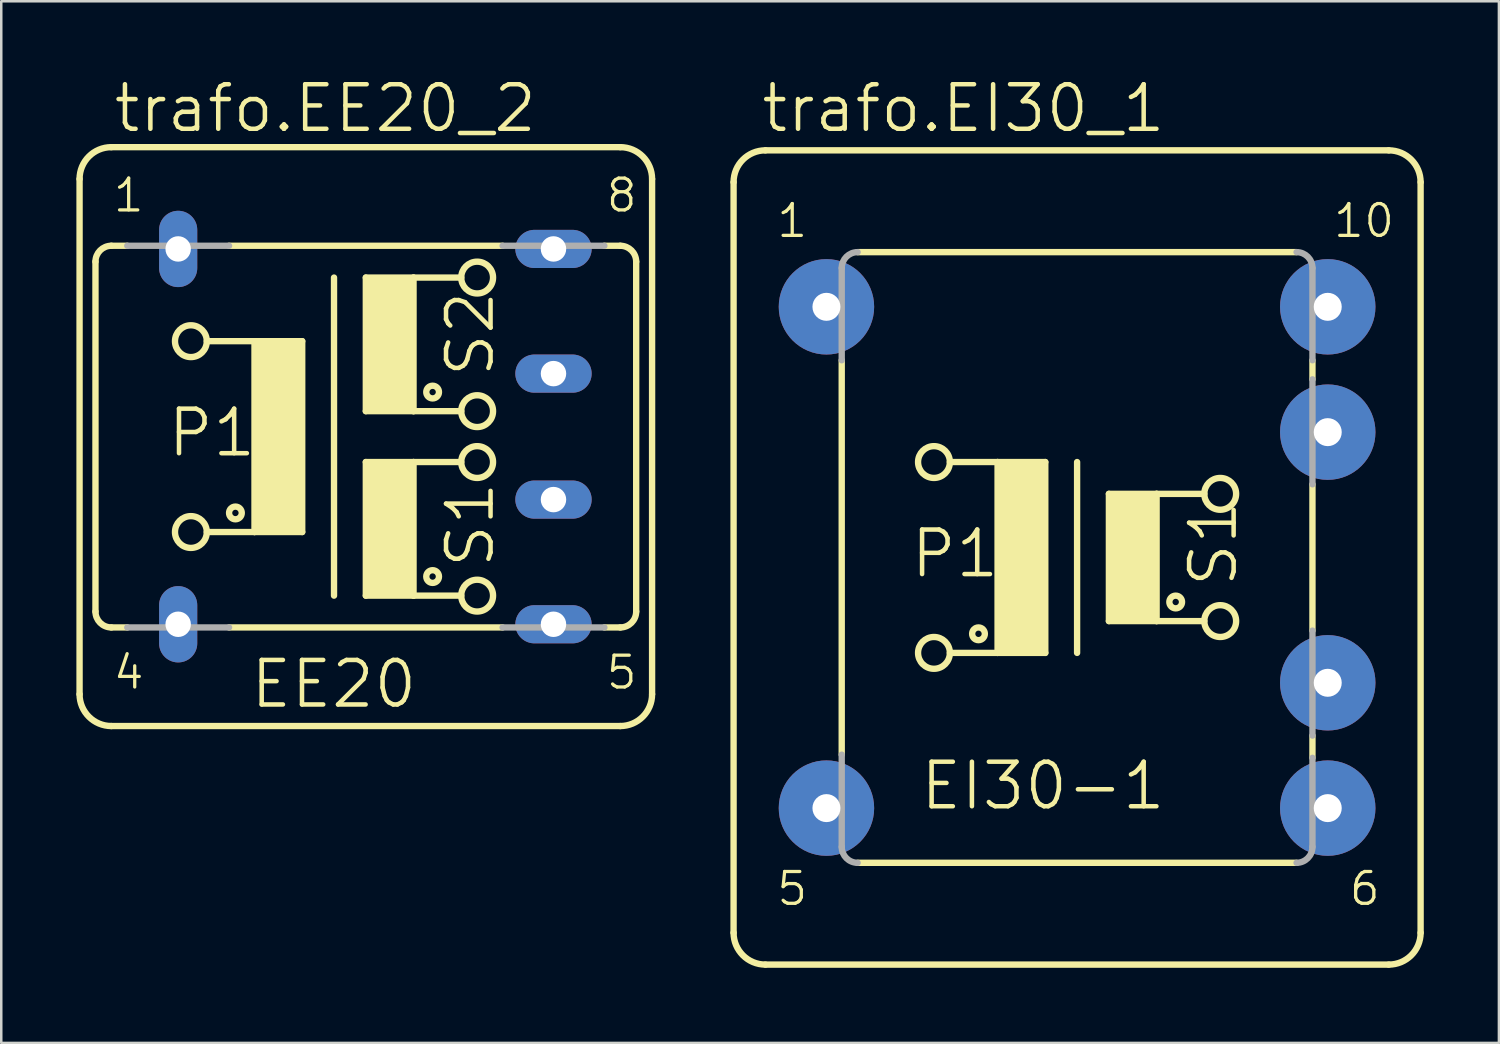
<source format=kicad_pcb>
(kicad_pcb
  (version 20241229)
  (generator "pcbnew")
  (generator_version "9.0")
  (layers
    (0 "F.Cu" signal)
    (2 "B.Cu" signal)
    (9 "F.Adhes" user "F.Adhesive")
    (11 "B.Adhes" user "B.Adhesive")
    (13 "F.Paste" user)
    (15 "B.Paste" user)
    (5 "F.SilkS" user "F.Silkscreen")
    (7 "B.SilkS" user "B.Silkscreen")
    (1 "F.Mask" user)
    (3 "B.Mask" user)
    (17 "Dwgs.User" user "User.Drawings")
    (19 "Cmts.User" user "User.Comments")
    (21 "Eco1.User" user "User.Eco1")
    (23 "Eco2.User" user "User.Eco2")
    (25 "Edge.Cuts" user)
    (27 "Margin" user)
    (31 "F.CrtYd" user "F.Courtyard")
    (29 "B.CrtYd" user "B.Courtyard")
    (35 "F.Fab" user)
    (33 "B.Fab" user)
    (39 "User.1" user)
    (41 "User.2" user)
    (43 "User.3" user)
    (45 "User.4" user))
  (footprint "trafo.EI30_1"
    (layer "F.Cu")
    (at 39.957 19.209)
    (property "Reference" "trafo.EI30_1" (at -12.7 -16.891 0) (layer "F.SilkS") (effects (font (size 1.778 1.778) (thickness 0.18)) (justify left bottom)))
    (attr through_hole)
    (fp_line (start -13.716 14.986) (end -13.716 -14.986) (stroke (width 0.254) (type default)) (layer "F.SilkS"))
    (fp_line (start -12.446 -16.256) (end 12.446 -16.256) (stroke (width 0.254) (type default)) (layer "F.SilkS"))
    (fp_line (start -9.398 7.874) (end -9.398 -7.874) (stroke (width 0.254) (type default)) (layer "F.SilkS"))
    (fp_line (start -8.763 12.192) (end 8.763 12.192) (stroke (width 0.254) (type default)) (layer "F.SilkS"))
    (fp_line (start -5.08 -3.81) (end -3.175 -3.81) (stroke (width 0.254) (type default)) (layer "F.SilkS"))
    (fp_line (start -3.175 -3.81) (end -3.175 3.81) (stroke (width 0.254) (type default)) (layer "F.SilkS"))
    (fp_line (start -3.175 -3.81) (end -1.27 -3.81) (stroke (width 0.254) (type default)) (layer "F.SilkS"))
    (fp_line (start -3.175 3.81) (end -5.08 3.81) (stroke (width 0.254) (type default)) (layer "F.SilkS"))
    (fp_line (start -1.27 -3.81) (end -1.27 3.81) (stroke (width 0.254) (type default)) (layer "F.SilkS"))
    (fp_line (start -1.27 3.81) (end -3.175 3.81) (stroke (width 0.254) (type default)) (layer "F.SilkS"))
    (fp_line (start 0 -3.81) (end 0 3.81) (stroke (width 0.254) (type default)) (layer "F.SilkS"))
    (fp_line (start 1.27 -2.54) (end 1.27 2.54) (stroke (width 0.254) (type default)) (layer "F.SilkS"))
    (fp_line (start 1.27 -2.54) (end 3.175 -2.54) (stroke (width 0.254) (type default)) (layer "F.SilkS"))
    (fp_line (start 1.27 2.54) (end 3.175 2.54) (stroke (width 0.254) (type default)) (layer "F.SilkS"))
    (fp_line (start 3.175 -2.54) (end 5.08 -2.54) (stroke (width 0.254) (type default)) (layer "F.SilkS"))
    (fp_line (start 3.175 2.54) (end 3.175 -2.54) (stroke (width 0.254) (type default)) (layer "F.SilkS"))
    (fp_line (start 3.175 2.54) (end 5.08 2.54) (stroke (width 0.254) (type default)) (layer "F.SilkS"))
    (fp_line (start 8.763 -12.192) (end -8.763 -12.192) (stroke (width 0.254) (type default)) (layer "F.SilkS"))
    (fp_line (start 9.398 -7.112) (end 9.398 -7.874) (stroke (width 0.254) (type default)) (layer "F.SilkS"))
    (fp_line (start 9.398 2.921) (end 9.398 -2.921) (stroke (width 0.254) (type default)) (layer "F.SilkS"))
    (fp_line (start 9.398 8.001) (end 9.398 7.112) (stroke (width 0.254) (type default)) (layer "F.SilkS"))
    (fp_line (start 12.446 16.256) (end -12.446 16.256) (stroke (width 0.254) (type default)) (layer "F.SilkS"))
    (fp_line (start 13.716 -14.986) (end 13.716 14.986) (stroke (width 0.254) (type default)) (layer "F.SilkS"))
    (fp_rect (start -3.175 3.81) (end -1.27 -3.81) (stroke (width 0.05) (type default)) (fill yes) (layer "F.SilkS"))
    (fp_rect (start 1.27 2.54) (end 3.175 -2.54) (stroke (width 0.05) (type default)) (fill yes) (layer "F.SilkS"))
    (fp_arc (start -13.716 -14.986) (mid -13.344026 -15.884026) (end -12.446 -16.256) (stroke (width 0.254) (type default)) (layer "F.SilkS"))
    (fp_arc (start -12.446 16.256) (mid -13.344026 15.884026) (end -13.716 14.986) (stroke (width 0.254) (type default)) (layer "F.SilkS"))
    (fp_arc (start 12.446 -16.256) (mid 13.344026 -15.884026) (end 13.716 -14.986) (stroke (width 0.254) (type default)) (layer "F.SilkS"))
    (fp_arc (start 13.716 14.986) (mid 13.344026 15.884026) (end 12.446 16.256) (stroke (width 0.254) (type default)) (layer "F.SilkS"))
    (fp_circle (center -5.715 -3.81) (end -5.08 -3.81) (stroke (width 0.254) (type default)) (fill no) (layer "F.SilkS"))
    (fp_circle (center -5.715 3.81) (end -5.08 3.81) (stroke (width 0.254) (type default)) (fill no) (layer "F.SilkS"))
    (fp_circle (center -3.937 3.048) (end -3.683 3.048) (stroke (width 0.254) (type default)) (fill no) (layer "F.SilkS"))
    (fp_circle (center 3.937 1.778) (end 4.191 1.778) (stroke (width 0.254) (type default)) (fill no) (layer "F.SilkS"))
    (fp_circle (center 5.715 -2.54) (end 6.35 -2.54) (stroke (width 0.254) (type default)) (fill no) (layer "F.SilkS"))
    (fp_circle (center 5.715 2.54) (end 6.35 2.54) (stroke (width 0.254) (type default)) (fill no) (layer "F.SilkS"))
    (fp_line (start -9.398 -7.874) (end -9.398 -11.557) (stroke (width 0.254) (type default)) (layer "F.Fab"))
    (fp_line (start -9.398 11.557) (end -9.398 7.874) (stroke (width 0.254) (type default)) (layer "F.Fab"))
    (fp_line (start 9.398 -11.557) (end 9.398 -7.874) (stroke (width 0.254) (type default)) (layer "F.Fab"))
    (fp_line (start 9.398 -7.112) (end 9.398 -2.921) (stroke (width 0.254) (type default)) (layer "F.Fab"))
    (fp_line (start 9.398 2.921) (end 9.398 7.112) (stroke (width 0.254) (type default)) (layer "F.Fab"))
    (fp_line (start 9.398 8.001) (end 9.398 11.557) (stroke (width 0.254) (type default)) (layer "F.Fab"))
    (fp_arc (start -9.398 -11.557) (mid -9.212013 -12.006013) (end -8.763 -12.192) (stroke (width 0.254) (type default)) (layer "F.Fab"))
    (fp_arc (start -8.763 12.192) (mid -9.212013 12.006013) (end -9.398 11.557) (stroke (width 0.254) (type default)) (layer "F.Fab"))
    (fp_arc (start 8.763 -12.192) (mid 9.212013 -12.006013) (end 9.398 -11.557) (stroke (width 0.254) (type default)) (layer "F.Fab"))
    (fp_arc (start 9.398 11.557) (mid 9.212013 12.006013) (end 8.763 12.192) (stroke (width 0.254) (type default)) (layer "F.Fab"))
    (fp_text user "EI30-1" (at -6.35 10.16 0) (layer "F.SilkS") (effects (font (size 1.778 1.778) (thickness 0.18)) (justify left bottom)))
    (fp_text user "5" (at -12.065 13.97 0) (layer "F.SilkS") (effects (font (size 1.27 1.27) (thickness 0.13)) (justify left bottom)))
    (fp_text user "S1" (at 6.477 1.27 90) (layer "F.SilkS") (effects (font (size 1.778 1.778) (thickness 0.18)) (justify left bottom)))
    (fp_text user "6" (at 10.795 13.97 0) (layer "F.SilkS") (effects (font (size 1.27 1.27) (thickness 0.13)) (justify left bottom)))
    (fp_text user "1" (at -12.065 -12.7 0) (layer "F.SilkS") (effects (font (size 1.27 1.27) (thickness 0.13)) (justify left bottom)))
    (fp_text user "P1" (at -6.731 0.889 0) (layer "F.SilkS") (effects (font (size 1.778 1.778) (thickness 0.18)) (justify left bottom)))
    (fp_text user "10" (at 10.16 -12.7 0) (layer "F.SilkS") (effects (font (size 1.27 1.27) (thickness 0.13)) (justify left bottom)))
    (pad "1" thru_hole circle (at -10.008 -10.008) (size 3.81 3.81) (drill 1.118) (layers "*.Cu" "*.Mask"))
    (pad "5" thru_hole circle (at -10.008 10.008) (size 3.81 3.81) (drill 1.118) (layers "*.Cu" "*.Mask"))
    (pad "6" thru_hole circle (at 10.008 10.008) (size 3.81 3.81) (drill 1.118) (layers "*.Cu" "*.Mask"))
    (pad "7" thru_hole circle (at 10.008 5.004) (size 3.81 3.81) (drill 1.118) (layers "*.Cu" "*.Mask"))
    (pad "9" thru_hole circle (at 10.008 -5.004) (size 3.81 3.81) (drill 1.118) (layers "*.Cu" "*.Mask"))
    (pad "10" thru_hole circle (at 10.008 -10.008) (size 3.81 3.81) (drill 1.118) (layers "*.Cu" "*.Mask")))
  (footprint "trafo.EE20_2"
    (layer "F.Cu")
    (at 11.557 14.383)
    (property "Reference" "trafo.EE20_2" (at -10.16 -12.065 0) (layer "F.SilkS") (effects (font (size 1.778 1.778) (thickness 0.18)) (justify left bottom)))
    (attr through_hole)
    (fp_line (start -11.43 10.287) (end -11.43 -10.287) (stroke (width 0.254) (type default)) (layer "F.SilkS"))
    (fp_line (start -10.795 -6.985) (end -10.795 6.985) (stroke (width 0.254) (type default)) (layer "F.SilkS"))
    (fp_line (start -10.16 -11.557) (end 10.16 -11.557) (stroke (width 0.254) (type default)) (layer "F.SilkS"))
    (fp_line (start -10.16 -7.62) (end -9.525 -7.62) (stroke (width 0.254) (type default)) (layer "F.SilkS"))
    (fp_line (start -10.16 7.62) (end -9.525 7.62) (stroke (width 0.254) (type default)) (layer "F.SilkS"))
    (fp_line (start -6.35 -3.81) (end -4.445 -3.81) (stroke (width 0.254) (type default)) (layer "F.SilkS"))
    (fp_line (start -4.445 -3.81) (end -4.445 3.81) (stroke (width 0.254) (type default)) (layer "F.SilkS"))
    (fp_line (start -4.445 -3.81) (end -2.54 -3.81) (stroke (width 0.254) (type default)) (layer "F.SilkS"))
    (fp_line (start -4.445 3.81) (end -6.35 3.81) (stroke (width 0.254) (type default)) (layer "F.SilkS"))
    (fp_line (start -2.54 -3.81) (end -2.54 3.81) (stroke (width 0.254) (type default)) (layer "F.SilkS"))
    (fp_line (start -2.54 3.81) (end -4.445 3.81) (stroke (width 0.254) (type default)) (layer "F.SilkS"))
    (fp_line (start -1.27 -6.35) (end -1.27 6.35) (stroke (width 0.254) (type default)) (layer "F.SilkS"))
    (fp_line (start 0 -6.35) (end 0 -1.016) (stroke (width 0.254) (type default)) (layer "F.SilkS"))
    (fp_line (start 0 -6.35) (end 1.905 -6.35) (stroke (width 0.254) (type default)) (layer "F.SilkS"))
    (fp_line (start 0 -1.016) (end 1.905 -1.016) (stroke (width 0.254) (type default)) (layer "F.SilkS"))
    (fp_line (start 0 1.016) (end 0 6.35) (stroke (width 0.254) (type default)) (layer "F.SilkS"))
    (fp_line (start 0 1.016) (end 1.905 1.016) (stroke (width 0.254) (type default)) (layer "F.SilkS"))
    (fp_line (start 0 6.35) (end 1.905 6.35) (stroke (width 0.254) (type default)) (layer "F.SilkS"))
    (fp_line (start 1.905 -6.35) (end 3.81 -6.35) (stroke (width 0.254) (type default)) (layer "F.SilkS"))
    (fp_line (start 1.905 -1.016) (end 1.905 -6.35) (stroke (width 0.254) (type default)) (layer "F.SilkS"))
    (fp_line (start 1.905 -1.016) (end 3.81 -1.016) (stroke (width 0.254) (type default)) (layer "F.SilkS"))
    (fp_line (start 1.905 1.016) (end 3.81 1.016) (stroke (width 0.254) (type default)) (layer "F.SilkS"))
    (fp_line (start 1.905 6.35) (end 1.905 1.016) (stroke (width 0.254) (type default)) (layer "F.SilkS"))
    (fp_line (start 1.905 6.35) (end 3.81 6.35) (stroke (width 0.254) (type default)) (layer "F.SilkS"))
    (fp_line (start 5.461 -7.62) (end -5.461 -7.62) (stroke (width 0.254) (type default)) (layer "F.SilkS"))
    (fp_line (start 5.461 7.62) (end -5.461 7.62) (stroke (width 0.254) (type default)) (layer "F.SilkS"))
    (fp_line (start 10.16 -7.62) (end 9.525 -7.62) (stroke (width 0.254) (type default)) (layer "F.SilkS"))
    (fp_line (start 10.16 7.62) (end 9.525 7.62) (stroke (width 0.254) (type default)) (layer "F.SilkS"))
    (fp_line (start 10.16 11.557) (end -10.16 11.557) (stroke (width 0.254) (type default)) (layer "F.SilkS"))
    (fp_line (start 10.795 6.985) (end 10.795 -6.985) (stroke (width 0.254) (type default)) (layer "F.SilkS"))
    (fp_line (start 11.43 -10.287) (end 11.43 10.287) (stroke (width 0.254) (type default)) (layer "F.SilkS"))
    (fp_rect (start -4.445 3.81) (end -2.54 -3.81) (stroke (width 0.05) (type default)) (fill yes) (layer "F.SilkS"))
    (fp_rect (start 0 -1.016) (end 1.905 -6.35) (stroke (width 0.05) (type default)) (fill yes) (layer "F.SilkS"))
    (fp_rect (start 0 6.35) (end 1.905 1.016) (stroke (width 0.05) (type default)) (fill yes) (layer "F.SilkS"))
    (fp_arc (start -11.43 -10.287) (mid -11.058026 -11.185026) (end -10.16 -11.557) (stroke (width 0.254) (type default)) (layer "F.SilkS"))
    (fp_arc (start -10.795 -6.985) (mid -10.609013 -7.434013) (end -10.16 -7.62) (stroke (width 0.254) (type default)) (layer "F.SilkS"))
    (fp_arc (start -10.16 7.62) (mid -10.609013 7.434013) (end -10.795 6.985) (stroke (width 0.254) (type default)) (layer "F.SilkS"))
    (fp_arc (start -10.16 11.557) (mid -11.058026 11.185026) (end -11.43 10.287) (stroke (width 0.254) (type default)) (layer "F.SilkS"))
    (fp_arc (start 10.16 -11.557) (mid 11.058026 -11.185026) (end 11.43 -10.287) (stroke (width 0.254) (type default)) (layer "F.SilkS"))
    (fp_arc (start 10.16 -7.62) (mid 10.609013 -7.434013) (end 10.795 -6.985) (stroke (width 0.254) (type default)) (layer "F.SilkS"))
    (fp_arc (start 10.795 6.985) (mid 10.609013 7.434013) (end 10.16 7.62) (stroke (width 0.254) (type default)) (layer "F.SilkS"))
    (fp_arc (start 11.43 10.287) (mid 11.058026 11.185026) (end 10.16 11.557) (stroke (width 0.254) (type default)) (layer "F.SilkS"))
    (fp_circle (center -6.985 -3.81) (end -6.35 -3.81) (stroke (width 0.254) (type default)) (fill no) (layer "F.SilkS"))
    (fp_circle (center -6.985 3.81) (end -6.35 3.81) (stroke (width 0.254) (type default)) (fill no) (layer "F.SilkS"))
    (fp_circle (center -5.207 3.048) (end -4.953 3.048) (stroke (width 0.254) (type default)) (fill no) (layer "F.SilkS"))
    (fp_circle (center 2.667 -1.778) (end 2.921 -1.778) (stroke (width 0.254) (type default)) (fill no) (layer "F.SilkS"))
    (fp_circle (center 2.667 5.588) (end 2.921 5.588) (stroke (width 0.254) (type default)) (fill no) (layer "F.SilkS"))
    (fp_circle (center 4.445 -6.35) (end 5.08 -6.35) (stroke (width 0.254) (type default)) (fill no) (layer "F.SilkS"))
    (fp_circle (center 4.445 -1.016) (end 5.08 -1.016) (stroke (width 0.254) (type default)) (fill no) (layer "F.SilkS"))
    (fp_circle (center 4.445 1.016) (end 5.08 1.016) (stroke (width 0.254) (type default)) (fill no) (layer "F.SilkS"))
    (fp_circle (center 4.445 6.35) (end 5.08 6.35) (stroke (width 0.254) (type default)) (fill no) (layer "F.SilkS"))
    (fp_line (start -9.525 -7.62) (end -5.461 -7.62) (stroke (width 0.254) (type default)) (layer "F.Fab"))
    (fp_line (start -9.525 7.62) (end -5.461 7.62) (stroke (width 0.254) (type default)) (layer "F.Fab"))
    (fp_line (start 9.525 -7.62) (end 5.461 -7.62) (stroke (width 0.254) (type default)) (layer "F.Fab"))
    (fp_line (start 9.525 7.62) (end 5.461 7.62) (stroke (width 0.254) (type default)) (layer "F.Fab"))
    (fp_text user "8" (at 9.525 -8.89 0) (layer "F.SilkS") (effects (font (size 1.27 1.27) (thickness 0.13)) (justify left bottom)))
    (fp_text user "1" (at -10.16 -8.89 0) (layer "F.SilkS") (effects (font (size 1.27 1.27) (thickness 0.13)) (justify left bottom)))
    (fp_text user "S1" (at 5.207 5.334 90) (layer "F.SilkS") (effects (font (size 1.778 1.778) (thickness 0.18)) (justify left bottom)))
    (fp_text user "EE20" (at -4.699 10.922 0) (layer "F.SilkS") (effects (font (size 1.778 1.778) (thickness 0.18)) (justify left bottom)))
    (fp_text user "P1" (at -8.001 0.889 0) (layer "F.SilkS") (effects (font (size 1.778 1.778) (thickness 0.18)) (justify left bottom)))
    (fp_text user "4" (at -10.16 10.16 0) (layer "F.SilkS") (effects (font (size 1.27 1.27) (thickness 0.13)) (justify left bottom)))
    (fp_text user "S2" (at 5.207 -2.286 90) (layer "F.SilkS") (effects (font (size 1.778 1.778) (thickness 0.18)) (justify left bottom)))
    (fp_text user "5" (at 9.525 10.16 0) (layer "F.SilkS") (effects (font (size 1.27 1.27) (thickness 0.13)) (justify left bottom)))
    (pad "1" thru_hole oval (at -7.493 -7.493 90) (size 3.048 1.524) (drill 1.016) (layers "*.Cu" "*.Mask"))
    (pad "4" thru_hole oval (at -7.493 7.493 90) (size 3.048 1.524) (drill 1.016) (layers "*.Cu" "*.Mask"))
    (pad "5" thru_hole oval (at 7.493 7.493) (size 3.048 1.524) (drill 1.016) (layers "*.Cu" "*.Mask"))
    (pad "6" thru_hole oval (at 7.493 2.515) (size 3.048 1.524) (drill 1.016) (layers "*.Cu" "*.Mask"))
    (pad "7" thru_hole oval (at 7.493 -2.515) (size 3.048 1.524) (drill 1.016) (layers "*.Cu" "*.Mask"))
    (pad "8" thru_hole oval (at 7.493 -7.493) (size 3.048 1.524) (drill 1.016) (layers "*.Cu" "*.Mask")))
  (gr_rect
    (start -3 -3)
    (end 56.8 38.592)
    (stroke (width 0.1) (type default))
    (fill no)
    (layer "Edge.Cuts")))
</source>
